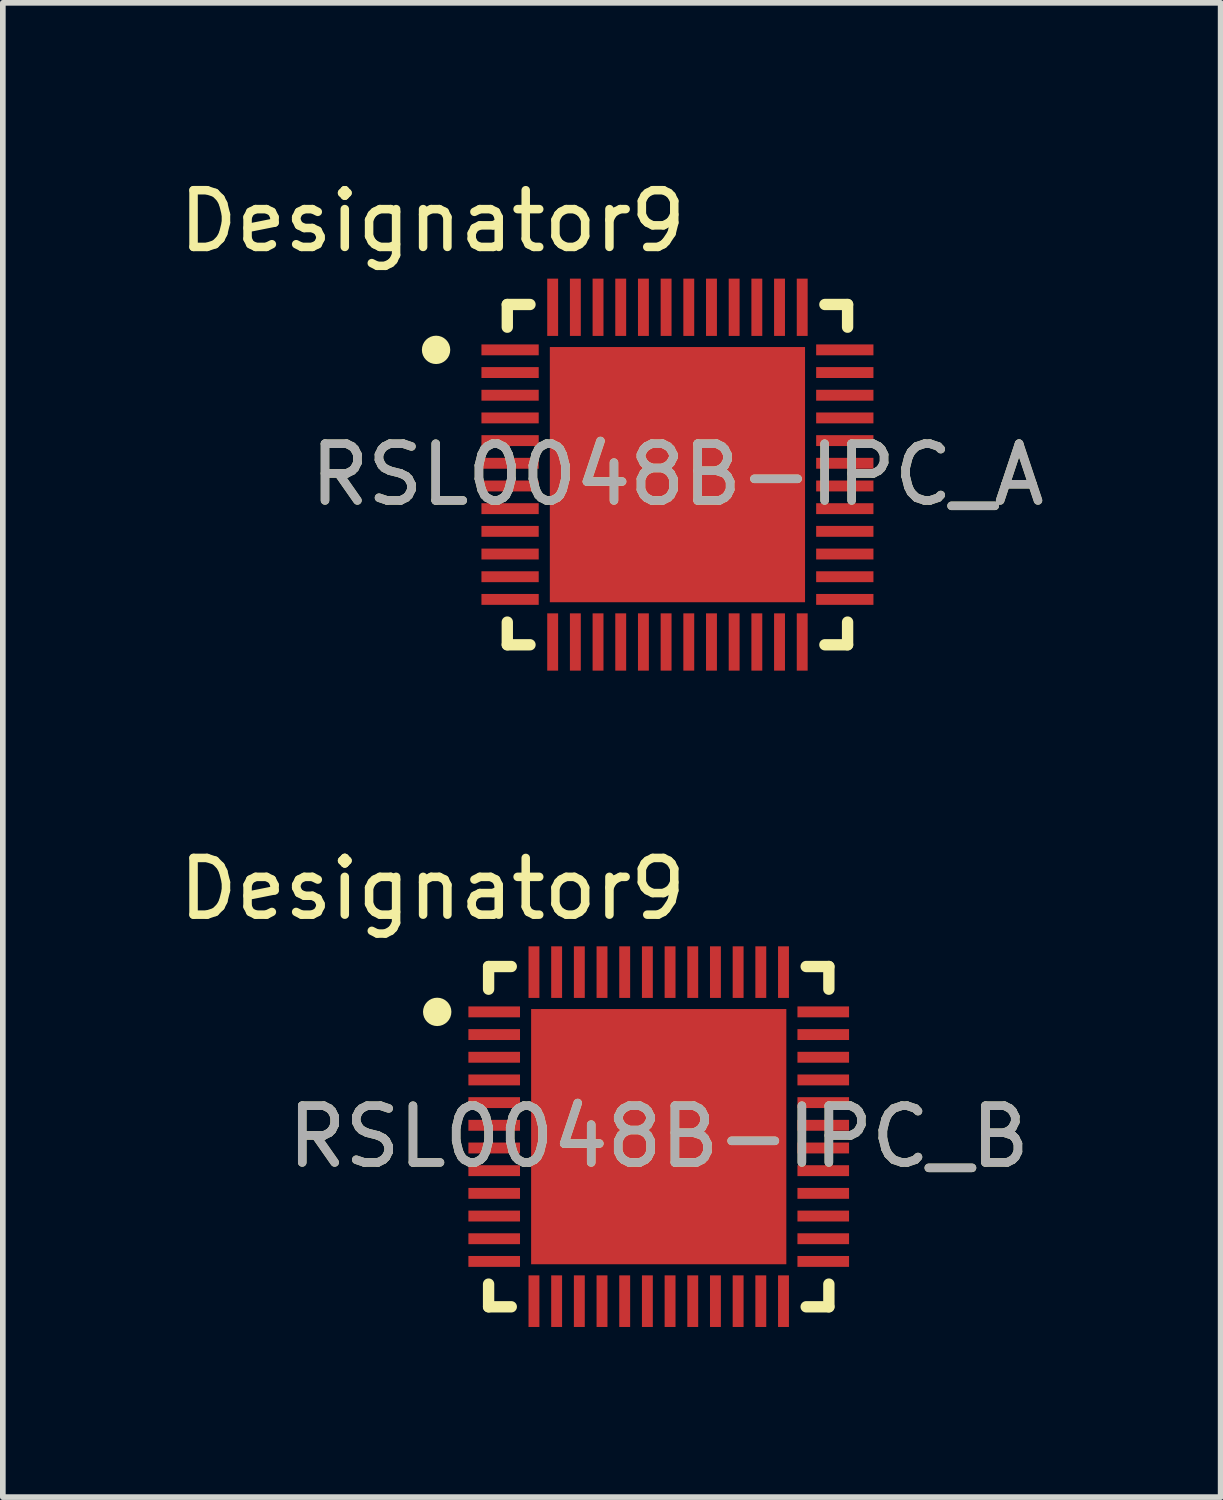
<source format=kicad_pcb>
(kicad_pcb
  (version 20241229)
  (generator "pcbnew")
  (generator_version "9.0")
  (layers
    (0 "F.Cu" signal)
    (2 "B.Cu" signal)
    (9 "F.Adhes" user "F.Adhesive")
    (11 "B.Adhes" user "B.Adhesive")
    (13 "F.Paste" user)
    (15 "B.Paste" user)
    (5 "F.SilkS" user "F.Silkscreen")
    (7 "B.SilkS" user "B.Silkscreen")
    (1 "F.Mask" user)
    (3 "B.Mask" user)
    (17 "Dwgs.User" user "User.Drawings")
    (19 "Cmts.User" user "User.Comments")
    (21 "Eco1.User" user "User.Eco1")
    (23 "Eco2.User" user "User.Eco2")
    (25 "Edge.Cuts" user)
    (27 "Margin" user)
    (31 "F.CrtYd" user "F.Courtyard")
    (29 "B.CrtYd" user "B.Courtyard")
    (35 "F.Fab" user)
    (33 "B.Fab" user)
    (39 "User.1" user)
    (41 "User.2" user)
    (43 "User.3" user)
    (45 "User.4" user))
  (footprint "RSL0048B-IPC_A"
    (layer "F.Cu")
    (at 8.895 5.319)
    (property "Reference" "RSL0048B-IPC_A" (at 0 0 0) (unlocked yes) (layer "F.SilkS") (effects (font (size 1 1) (thickness 0.15))))
    (attr smd)
    (fp_line (start -3 -3) (end -2.6 -3) (stroke (width 0.2) (type solid)) (layer "F.SilkS"))
    (fp_line (start -3 -2.6) (end -3 -3) (stroke (width 0.2) (type solid)) (layer "F.SilkS"))
    (fp_line (start -3 3) (end -3 2.6) (stroke (width 0.2) (type solid)) (layer "F.SilkS"))
    (fp_line (start -3 3) (end -2.6 3) (stroke (width 0.2) (type solid)) (layer "F.SilkS"))
    (fp_line (start 2.6 -3) (end 3 -3) (stroke (width 0.2) (type solid)) (layer "F.SilkS"))
    (fp_line (start 2.6 3) (end 3 3) (stroke (width 0.2) (type solid)) (layer "F.SilkS"))
    (fp_line (start 3 -2.6) (end 3 -3) (stroke (width 0.2) (type solid)) (layer "F.SilkS"))
    (fp_line (start 3 3) (end 3 2.6) (stroke (width 0.2) (type solid)) (layer "F.SilkS"))
    (fp_circle (center -4.256 -2.2) (end -4.131 -2.2) (stroke (width 0.25) (type solid)) (fill no) (layer "F.SilkS"))
    (fp_poly (pts (xy -1.699 -0.276) (xy -0.276 -0.276) (xy -0.276 -1.699) (xy -1.699 -1.699)) (stroke (width 0) (type solid)) (fill yes) (layer "F.Paste"))
    (fp_poly (pts (xy -1.699 1.699) (xy -0.276 1.699) (xy -0.276 0.276) (xy -1.699 0.276)) (stroke (width 0) (type solid)) (fill yes) (layer "F.Paste"))
    (fp_poly (pts (xy 0.276 -0.276) (xy 1.699 -0.276) (xy 1.699 -1.699) (xy 0.276 -1.699)) (stroke (width 0) (type solid)) (fill yes) (layer "F.Paste"))
    (fp_poly (pts (xy 0.276 1.699) (xy 1.699 1.699) (xy 1.699 0.276) (xy 0.276 0.276)) (stroke (width 0) (type solid)) (fill yes) (layer "F.Paste"))
    (fp_text user "Designator9" (at -4.318 -4.47 0) (unlocked yes) (layer "F.SilkS") (effects (font (size 1 1) (thickness 0.15))))
    (fp_text user "${REFERENCE}" (at 0 0 0) (unlocked yes) (layer "F.Fab") (effects (font (size 1 1) (thickness 0.15))))
    (pad "1" smd rect (at -2.951 -2.2 90) (size 0.192 1.01) (layers "F.Cu" "F.Mask" "F.Paste"))
    (pad "2" smd rect (at -2.951 -1.8 90) (size 0.192 1.01) (layers "F.Cu" "F.Mask" "F.Paste"))
    (pad "3" smd rect (at -2.951 -1.4 90) (size 0.192 1.01) (layers "F.Cu" "F.Mask" "F.Paste"))
    (pad "4" smd rect (at -2.951 -1 90) (size 0.192 1.01) (layers "F.Cu" "F.Mask" "F.Paste"))
    (pad "5" smd rect (at -2.951 -0.6 90) (size 0.192 1.01) (layers "F.Cu" "F.Mask" "F.Paste"))
    (pad "6" smd rect (at -2.951 -0.2 90) (size 0.192 1.01) (layers "F.Cu" "F.Mask" "F.Paste"))
    (pad "7" smd rect (at -2.951 0.2 90) (size 0.192 1.01) (layers "F.Cu" "F.Mask" "F.Paste"))
    (pad "8" smd rect (at -2.951 0.6 90) (size 0.192 1.01) (layers "F.Cu" "F.Mask" "F.Paste"))
    (pad "9" smd rect (at -2.951 1 90) (size 0.192 1.01) (layers "F.Cu" "F.Mask" "F.Paste"))
    (pad "10" smd rect (at -2.951 1.4 90) (size 0.192 1.01) (layers "F.Cu" "F.Mask" "F.Paste"))
    (pad "11" smd rect (at -2.951 1.8 90) (size 0.192 1.01) (layers "F.Cu" "F.Mask" "F.Paste"))
    (pad "12" smd rect (at -2.951 2.2 90) (size 0.192 1.01) (layers "F.Cu" "F.Mask" "F.Paste"))
    (pad "13" smd rect (at -2.2 2.951) (size 0.192 1.01) (layers "F.Cu" "F.Mask" "F.Paste"))
    (pad "14" smd rect (at -1.8 2.951) (size 0.192 1.01) (layers "F.Cu" "F.Mask" "F.Paste"))
    (pad "15" smd rect (at -1.4 2.951) (size 0.192 1.01) (layers "F.Cu" "F.Mask" "F.Paste"))
    (pad "16" smd rect (at -1 2.951) (size 0.192 1.01) (layers "F.Cu" "F.Mask" "F.Paste"))
    (pad "17" smd rect (at -0.6 2.951) (size 0.192 1.01) (layers "F.Cu" "F.Mask" "F.Paste"))
    (pad "18" smd rect (at -0.2 2.951) (size 0.192 1.01) (layers "F.Cu" "F.Mask" "F.Paste"))
    (pad "19" smd rect (at 0.2 2.951) (size 0.192 1.01) (layers "F.Cu" "F.Mask" "F.Paste"))
    (pad "20" smd rect (at 0.6 2.951) (size 0.192 1.01) (layers "F.Cu" "F.Mask" "F.Paste"))
    (pad "21" smd rect (at 1 2.951) (size 0.192 1.01) (layers "F.Cu" "F.Mask" "F.Paste"))
    (pad "22" smd rect (at 1.4 2.951) (size 0.192 1.01) (layers "F.Cu" "F.Mask" "F.Paste"))
    (pad "23" smd rect (at 1.8 2.951) (size 0.192 1.01) (layers "F.Cu" "F.Mask" "F.Paste"))
    (pad "24" smd rect (at 2.2 2.951) (size 0.192 1.01) (layers "F.Cu" "F.Mask" "F.Paste"))
    (pad "25" smd rect (at 2.951 2.2 90) (size 0.192 1.01) (layers "F.Cu" "F.Mask" "F.Paste"))
    (pad "26" smd rect (at 2.951 1.8 90) (size 0.192 1.01) (layers "F.Cu" "F.Mask" "F.Paste"))
    (pad "27" smd rect (at 2.951 1.4 90) (size 0.192 1.01) (layers "F.Cu" "F.Mask" "F.Paste"))
    (pad "28" smd rect (at 2.951 1 90) (size 0.192 1.01) (layers "F.Cu" "F.Mask" "F.Paste"))
    (pad "29" smd rect (at 2.951 0.6 90) (size 0.192 1.01) (layers "F.Cu" "F.Mask" "F.Paste"))
    (pad "30" smd rect (at 2.951 0.2 90) (size 0.192 1.01) (layers "F.Cu" "F.Mask" "F.Paste"))
    (pad "31" smd rect (at 2.951 -0.2 90) (size 0.192 1.01) (layers "F.Cu" "F.Mask" "F.Paste"))
    (pad "32" smd rect (at 2.951 -0.6 90) (size 0.192 1.01) (layers "F.Cu" "F.Mask" "F.Paste"))
    (pad "33" smd rect (at 2.951 -1 90) (size 0.192 1.01) (layers "F.Cu" "F.Mask" "F.Paste"))
    (pad "34" smd rect (at 2.951 -1.4 90) (size 0.192 1.01) (layers "F.Cu" "F.Mask" "F.Paste"))
    (pad "35" smd rect (at 2.951 -1.8 90) (size 0.192 1.01) (layers "F.Cu" "F.Mask" "F.Paste"))
    (pad "36" smd rect (at 2.951 -2.2 90) (size 0.192 1.01) (layers "F.Cu" "F.Mask" "F.Paste"))
    (pad "37" smd rect (at 2.2 -2.951) (size 0.192 1.01) (layers "F.Cu" "F.Mask" "F.Paste"))
    (pad "38" smd rect (at 1.8 -2.951) (size 0.192 1.01) (layers "F.Cu" "F.Mask" "F.Paste"))
    (pad "39" smd rect (at 1.4 -2.951) (size 0.192 1.01) (layers "F.Cu" "F.Mask" "F.Paste"))
    (pad "40" smd rect (at 1 -2.951) (size 0.192 1.01) (layers "F.Cu" "F.Mask" "F.Paste"))
    (pad "41" smd rect (at 0.6 -2.951) (size 0.192 1.01) (layers "F.Cu" "F.Mask" "F.Paste"))
    (pad "42" smd rect (at 0.2 -2.951) (size 0.192 1.01) (layers "F.Cu" "F.Mask" "F.Paste"))
    (pad "43" smd rect (at -0.2 -2.951) (size 0.192 1.01) (layers "F.Cu" "F.Mask" "F.Paste"))
    (pad "44" smd rect (at -0.6 -2.951) (size 0.192 1.01) (layers "F.Cu" "F.Mask" "F.Paste"))
    (pad "45" smd rect (at -1 -2.951) (size 0.192 1.01) (layers "F.Cu" "F.Mask" "F.Paste"))
    (pad "46" smd rect (at -1.4 -2.951) (size 0.192 1.01) (layers "F.Cu" "F.Mask" "F.Paste"))
    (pad "47" smd rect (at -1.8 -2.951) (size 0.192 1.01) (layers "F.Cu" "F.Mask" "F.Paste"))
    (pad "48" smd rect (at -2.2 -2.951) (size 0.192 1.01) (layers "F.Cu" "F.Mask" "F.Paste"))
    (pad "49" smd rect (at 0 0) (size 4.5 4.5) (layers "F.Cu" "F.Mask")))
  (footprint "RSL0048B-IPC_B"
    (layer "F.Cu")
    (at 8.565 16.992)
    (property "Reference" "RSL0048B-IPC_B" (at 0 0 0) (unlocked yes) (layer "F.SilkS") (effects (font (size 1 1) (thickness 0.15))))
    (attr smd)
    (fp_line (start -3 -3) (end -2.6 -3) (stroke (width 0.2) (type solid)) (layer "F.SilkS"))
    (fp_line (start -3 -2.6) (end -3 -3) (stroke (width 0.2) (type solid)) (layer "F.SilkS"))
    (fp_line (start -3 3) (end -3 2.6) (stroke (width 0.2) (type solid)) (layer "F.SilkS"))
    (fp_line (start -3 3) (end -2.6 3) (stroke (width 0.2) (type solid)) (layer "F.SilkS"))
    (fp_line (start 2.6 -3) (end 3 -3) (stroke (width 0.2) (type solid)) (layer "F.SilkS"))
    (fp_line (start 2.6 3) (end 3 3) (stroke (width 0.2) (type solid)) (layer "F.SilkS"))
    (fp_line (start 3 -2.6) (end 3 -3) (stroke (width 0.2) (type solid)) (layer "F.SilkS"))
    (fp_line (start 3 3) (end 3 2.6) (stroke (width 0.2) (type solid)) (layer "F.SilkS"))
    (fp_circle (center -3.906 -2.2) (end -3.781 -2.2) (stroke (width 0.25) (type solid)) (fill no) (layer "F.SilkS"))
    (fp_poly (pts (xy -1.699 -0.276) (xy -0.276 -0.276) (xy -0.276 -1.699) (xy -1.699 -1.699)) (stroke (width 0) (type solid)) (fill yes) (layer "F.Paste"))
    (fp_poly (pts (xy -1.699 1.699) (xy -0.276 1.699) (xy -0.276 0.276) (xy -1.699 0.276)) (stroke (width 0) (type solid)) (fill yes) (layer "F.Paste"))
    (fp_poly (pts (xy 0.276 -0.276) (xy 1.699 -0.276) (xy 1.699 -1.699) (xy 0.276 -1.699)) (stroke (width 0) (type solid)) (fill yes) (layer "F.Paste"))
    (fp_poly (pts (xy 0.276 1.699) (xy 1.699 1.699) (xy 1.699 0.276) (xy 0.276 0.276)) (stroke (width 0) (type solid)) (fill yes) (layer "F.Paste"))
    (fp_text user "Designator9" (at -3.988 -4.369 0) (unlocked yes) (layer "F.SilkS") (effects (font (size 1 1) (thickness 0.15))))
    (fp_text user "${REFERENCE}" (at 0 0 0) (unlocked yes) (layer "F.Fab") (effects (font (size 1 1) (thickness 0.15))))
    (pad "1" smd rect (at -2.901 -2.2 90) (size 0.192 0.91) (layers "F.Cu" "F.Mask" "F.Paste"))
    (pad "2" smd rect (at -2.901 -1.8 90) (size 0.192 0.91) (layers "F.Cu" "F.Mask" "F.Paste"))
    (pad "3" smd rect (at -2.901 -1.4 90) (size 0.192 0.91) (layers "F.Cu" "F.Mask" "F.Paste"))
    (pad "4" smd rect (at -2.901 -1 90) (size 0.192 0.91) (layers "F.Cu" "F.Mask" "F.Paste"))
    (pad "5" smd rect (at -2.901 -0.6 90) (size 0.192 0.91) (layers "F.Cu" "F.Mask" "F.Paste"))
    (pad "6" smd rect (at -2.901 -0.2 90) (size 0.192 0.91) (layers "F.Cu" "F.Mask" "F.Paste"))
    (pad "7" smd rect (at -2.901 0.2 90) (size 0.192 0.91) (layers "F.Cu" "F.Mask" "F.Paste"))
    (pad "8" smd rect (at -2.901 0.6 90) (size 0.192 0.91) (layers "F.Cu" "F.Mask" "F.Paste"))
    (pad "9" smd rect (at -2.901 1 90) (size 0.192 0.91) (layers "F.Cu" "F.Mask" "F.Paste"))
    (pad "10" smd rect (at -2.901 1.4 90) (size 0.192 0.91) (layers "F.Cu" "F.Mask" "F.Paste"))
    (pad "11" smd rect (at -2.901 1.8 90) (size 0.192 0.91) (layers "F.Cu" "F.Mask" "F.Paste"))
    (pad "12" smd rect (at -2.901 2.2 90) (size 0.192 0.91) (layers "F.Cu" "F.Mask" "F.Paste"))
    (pad "13" smd rect (at -2.2 2.901) (size 0.192 0.91) (layers "F.Cu" "F.Mask" "F.Paste"))
    (pad "14" smd rect (at -1.8 2.901) (size 0.192 0.91) (layers "F.Cu" "F.Mask" "F.Paste"))
    (pad "15" smd rect (at -1.4 2.901) (size 0.192 0.91) (layers "F.Cu" "F.Mask" "F.Paste"))
    (pad "16" smd rect (at -1 2.901) (size 0.192 0.91) (layers "F.Cu" "F.Mask" "F.Paste"))
    (pad "17" smd rect (at -0.6 2.901) (size 0.192 0.91) (layers "F.Cu" "F.Mask" "F.Paste"))
    (pad "18" smd rect (at -0.2 2.901) (size 0.192 0.91) (layers "F.Cu" "F.Mask" "F.Paste"))
    (pad "19" smd rect (at 0.2 2.901) (size 0.192 0.91) (layers "F.Cu" "F.Mask" "F.Paste"))
    (pad "20" smd rect (at 0.6 2.901) (size 0.192 0.91) (layers "F.Cu" "F.Mask" "F.Paste"))
    (pad "21" smd rect (at 1 2.901) (size 0.192 0.91) (layers "F.Cu" "F.Mask" "F.Paste"))
    (pad "22" smd rect (at 1.4 2.901) (size 0.192 0.91) (layers "F.Cu" "F.Mask" "F.Paste"))
    (pad "23" smd rect (at 1.8 2.901) (size 0.192 0.91) (layers "F.Cu" "F.Mask" "F.Paste"))
    (pad "24" smd rect (at 2.2 2.901) (size 0.192 0.91) (layers "F.Cu" "F.Mask" "F.Paste"))
    (pad "25" smd rect (at 2.901 2.2 90) (size 0.192 0.91) (layers "F.Cu" "F.Mask" "F.Paste"))
    (pad "26" smd rect (at 2.901 1.8 90) (size 0.192 0.91) (layers "F.Cu" "F.Mask" "F.Paste"))
    (pad "27" smd rect (at 2.901 1.4 90) (size 0.192 0.91) (layers "F.Cu" "F.Mask" "F.Paste"))
    (pad "28" smd rect (at 2.901 1 90) (size 0.192 0.91) (layers "F.Cu" "F.Mask" "F.Paste"))
    (pad "29" smd rect (at 2.901 0.6 90) (size 0.192 0.91) (layers "F.Cu" "F.Mask" "F.Paste"))
    (pad "30" smd rect (at 2.901 0.2 90) (size 0.192 0.91) (layers "F.Cu" "F.Mask" "F.Paste"))
    (pad "31" smd rect (at 2.901 -0.2 90) (size 0.192 0.91) (layers "F.Cu" "F.Mask" "F.Paste"))
    (pad "32" smd rect (at 2.901 -0.6 90) (size 0.192 0.91) (layers "F.Cu" "F.Mask" "F.Paste"))
    (pad "33" smd rect (at 2.901 -1 90) (size 0.192 0.91) (layers "F.Cu" "F.Mask" "F.Paste"))
    (pad "34" smd rect (at 2.901 -1.4 90) (size 0.192 0.91) (layers "F.Cu" "F.Mask" "F.Paste"))
    (pad "35" smd rect (at 2.901 -1.8 90) (size 0.192 0.91) (layers "F.Cu" "F.Mask" "F.Paste"))
    (pad "36" smd rect (at 2.901 -2.2 90) (size 0.192 0.91) (layers "F.Cu" "F.Mask" "F.Paste"))
    (pad "37" smd rect (at 2.2 -2.901) (size 0.192 0.91) (layers "F.Cu" "F.Mask" "F.Paste"))
    (pad "38" smd rect (at 1.8 -2.901) (size 0.192 0.91) (layers "F.Cu" "F.Mask" "F.Paste"))
    (pad "39" smd rect (at 1.4 -2.901) (size 0.192 0.91) (layers "F.Cu" "F.Mask" "F.Paste"))
    (pad "40" smd rect (at 1 -2.901) (size 0.192 0.91) (layers "F.Cu" "F.Mask" "F.Paste"))
    (pad "41" smd rect (at 0.6 -2.901) (size 0.192 0.91) (layers "F.Cu" "F.Mask" "F.Paste"))
    (pad "42" smd rect (at 0.2 -2.901) (size 0.192 0.91) (layers "F.Cu" "F.Mask" "F.Paste"))
    (pad "43" smd rect (at -0.2 -2.901) (size 0.192 0.91) (layers "F.Cu" "F.Mask" "F.Paste"))
    (pad "44" smd rect (at -0.6 -2.901) (size 0.192 0.91) (layers "F.Cu" "F.Mask" "F.Paste"))
    (pad "45" smd rect (at -1 -2.901) (size 0.192 0.91) (layers "F.Cu" "F.Mask" "F.Paste"))
    (pad "46" smd rect (at -1.4 -2.901) (size 0.192 0.91) (layers "F.Cu" "F.Mask" "F.Paste"))
    (pad "47" smd rect (at -1.8 -2.901) (size 0.192 0.91) (layers "F.Cu" "F.Mask" "F.Paste"))
    (pad "48" smd rect (at -2.2 -2.901) (size 0.192 0.91) (layers "F.Cu" "F.Mask" "F.Paste"))
    (pad "49" smd rect (at 0 0) (size 4.5 4.5) (layers "F.Cu" "F.Mask")))
  (gr_rect
    (start -3 -3)
    (end 18.473 23.348)
    (stroke (width 0.1) (type default))
    (fill no)
    (layer "Edge.Cuts")))
</source>
